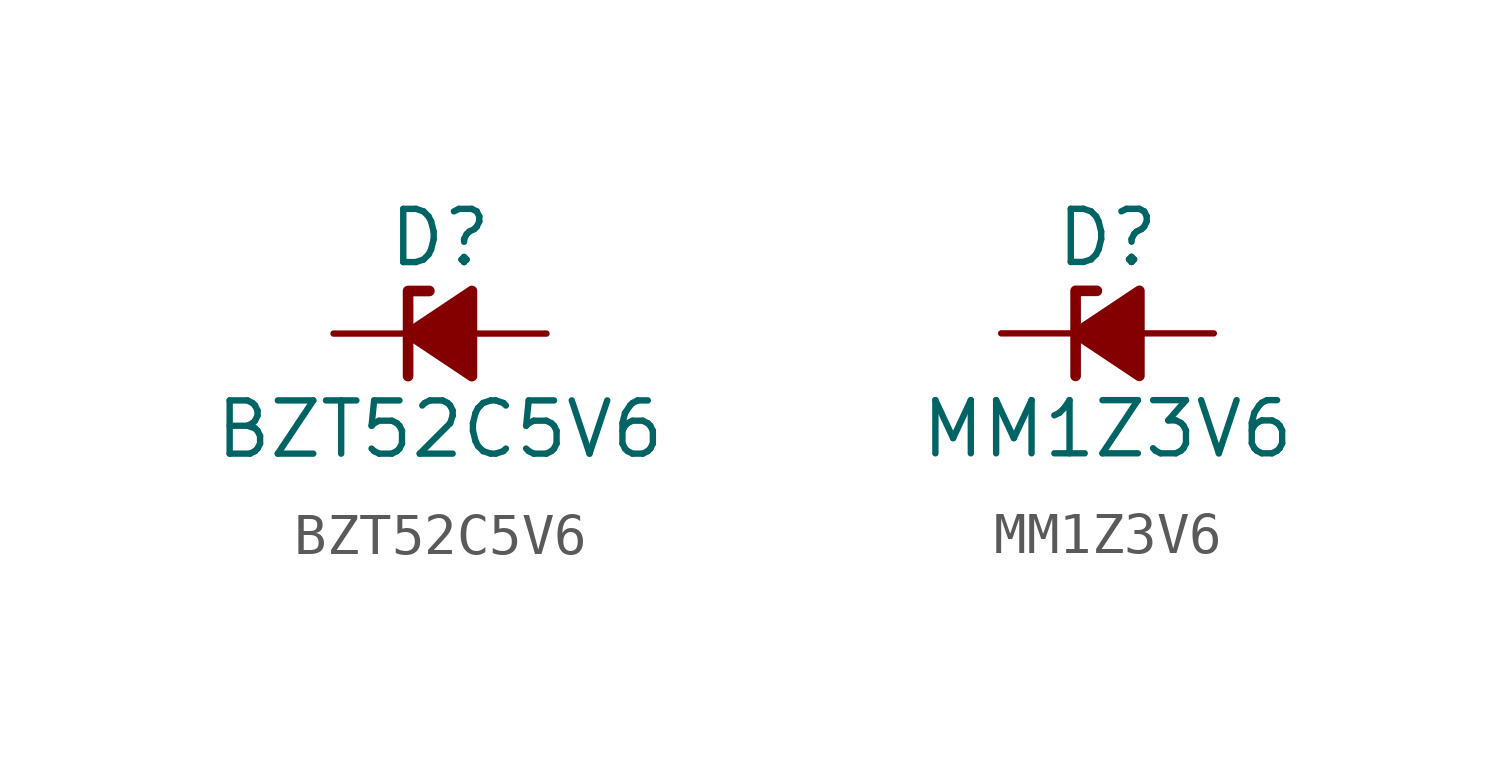
<source format=kicad_sym>
(kicad_symbol_lib
  (version 20231120)
  (generator "kicad_symbol_editor")
  (generator_version "8.0")
  (symbol "BZT52C5V6"
    (pin_numbers hide)
    (pin_names
      (offset 0.254) hide)
    (property "Reference" "D"
      (at 0 2.286 0)
      (effects (font (size 1.27 1.27))))
    (property "Value" "BZT52C5V6"
      (at 0 -2.286 0)
      (effects (font (size 1.27 1.27))))
    (symbol "BZT52C5V6_0_1"
      (polyline (pts (xy 0.762 0) (xy -0.762 0)) (stroke (width 0) (type default)) (fill (type none)))
      (polyline (pts (xy -0.254 1.016) (xy -0.762 1.016) (xy -0.762 -1.016)) (stroke (width 0.254) (type default)) (fill (type none)))
      (polyline (pts (xy 0.762 1.016) (xy -0.762 0) (xy 0.762 -1.016) (xy 0.762 1.016)) (stroke (width 0.254) (type default)) (fill (type outline))))
    (symbol "BZT52C5V6_1_1"
      (pin passive line (at -2.54 0 0) (length 1.778) (name "K" (effects (font (size 1.27 1.27)))) (number "1" (effects (font (size 1.27 1.27)))))
      (pin passive line (at 2.54 0 180) (length 1.778) (name "A" (effects (font (size 1.27 1.27)))) (number "2" (effects (font (size 1.27 1.27)))))))
  (symbol "MM1Z3V6"
    (pin_numbers hide)
    (pin_names
      (offset 0.254) hide)
    (property "Reference" "D"
      (at 0 2.286 0)
      (effects (font (size 1.27 1.27))))
    (property "Value" "MM1Z3V6"
      (at 0 -2.286 0)
      (effects (font (size 1.27 1.27))))
    (symbol "MM1Z3V6_0_1"
      (polyline (pts (xy 0.762 0) (xy -0.762 0)) (stroke (width 0) (type default)) (fill (type none)))
      (polyline (pts (xy -0.254 1.016) (xy -0.762 1.016) (xy -0.762 -1.016)) (stroke (width 0.254) (type default)) (fill (type none)))
      (polyline (pts (xy 0.762 1.016) (xy -0.762 0) (xy 0.762 -1.016) (xy 0.762 1.016)) (stroke (width 0.254) (type default)) (fill (type outline))))
    (symbol "MM1Z3V6_1_1"
      (pin passive line (at -2.54 0 0) (length 1.778) (name "K" (effects (font (size 1.27 1.27)))) (number "1" (effects (font (size 1.27 1.27)))))
      (pin passive line (at 2.54 0 180) (length 1.778) (name "A" (effects (font (size 1.27 1.27)))) (number "2" (effects (font (size 1.27 1.27))))))))
</source>
